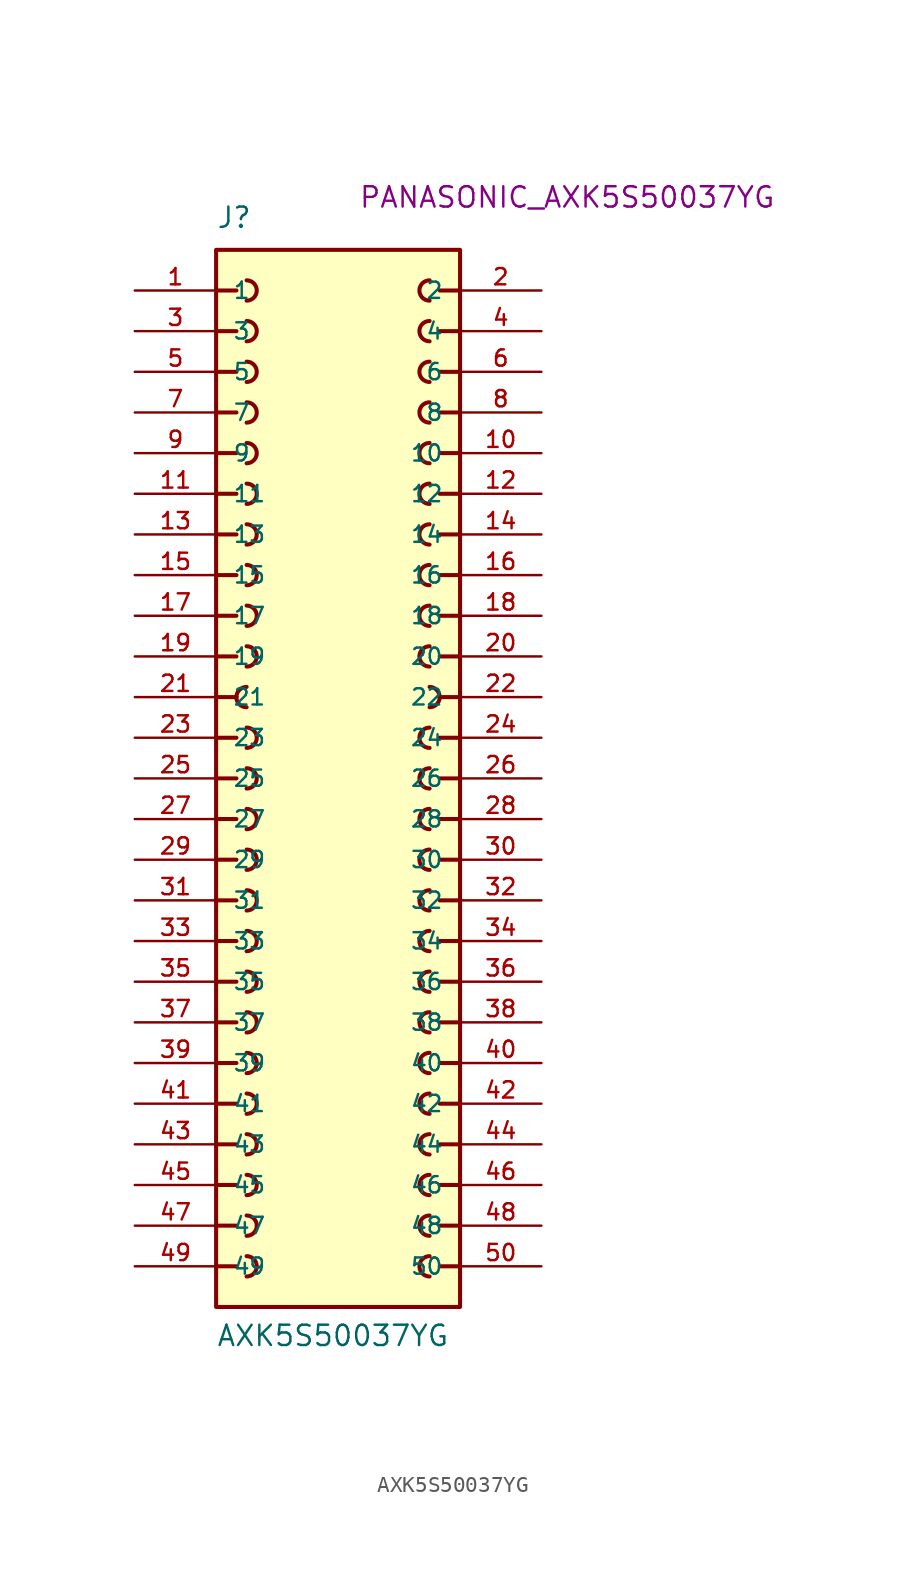
<source format=kicad_sym>
(kicad_symbol_lib
  (version 20241209)
  (generator "kicad_symbol_editor")
  (generator_version "9.0")
  (symbol "AXK5S50037YG"
    (pin_names
      (offset 1.016))
    (property "Reference" "J"
      (at -7.62 34.29 0)
      (effects (font (size 1.27 1.27)) (justify left bottom)))
    (property "Value" "AXK5S50037YG"
      (at -7.62 -35.56 0)
      (effects (font (size 1.27 1.27)) (justify left bottom)))
    (property "Footprint" "PANASONIC_AXK5S50037YG"
      (at 1.27 35.56 0)
      (effects (font (size 1.27 1.27)) (justify left bottom)))
    (symbol "AXK5S50037YG_0_0"
      (polyline (pts (xy -7.62 30.48) (xy -6.35 30.48)) (stroke (width 0.254) (type solid)) (fill (type none)))
      (polyline (pts (xy -7.62 27.94) (xy -6.35 27.94)) (stroke (width 0.254) (type solid)) (fill (type none)))
      (polyline (pts (xy -7.62 25.4) (xy -6.35 25.4)) (stroke (width 0.254) (type solid)) (fill (type none)))
      (polyline (pts (xy -7.62 22.86) (xy -6.35 22.86)) (stroke (width 0.254) (type solid)) (fill (type none)))
      (polyline (pts (xy -7.62 20.32) (xy -6.35 20.32)) (stroke (width 0.254) (type solid)) (fill (type none)))
      (polyline (pts (xy -7.62 17.78) (xy -6.35 17.78)) (stroke (width 0.254) (type solid)) (fill (type none)))
      (polyline (pts (xy -7.62 15.24) (xy -6.35 15.24)) (stroke (width 0.254) (type solid)) (fill (type none)))
      (polyline (pts (xy -7.62 12.7) (xy -6.35 12.7)) (stroke (width 0.254) (type solid)) (fill (type none)))
      (polyline (pts (xy -7.62 10.16) (xy -6.35 10.16)) (stroke (width 0.254) (type solid)) (fill (type none)))
      (polyline (pts (xy -7.62 7.62) (xy -6.35 7.62)) (stroke (width 0.254) (type solid)) (fill (type none)))
      (polyline (pts (xy -7.62 5.08) (xy -6.35 5.08)) (stroke (width 0.254) (type solid)) (fill (type none)))
      (polyline (pts (xy -7.62 2.54) (xy -6.35 2.54)) (stroke (width 0.254) (type solid)) (fill (type none)))
      (polyline (pts (xy -7.62 0) (xy -6.35 0)) (stroke (width 0.254) (type solid)) (fill (type none)))
      (polyline (pts (xy -7.62 -2.54) (xy -6.35 -2.54)) (stroke (width 0.254) (type solid)) (fill (type none)))
      (polyline (pts (xy -7.62 -5.08) (xy -6.35 -5.08)) (stroke (width 0.254) (type solid)) (fill (type none)))
      (polyline (pts (xy -7.62 -7.62) (xy -6.35 -7.62)) (stroke (width 0.254) (type solid)) (fill (type none)))
      (polyline (pts (xy -7.62 -10.16) (xy -6.35 -10.16)) (stroke (width 0.254) (type solid)) (fill (type none)))
      (polyline (pts (xy -7.62 -12.7) (xy -6.35 -12.7)) (stroke (width 0.254) (type solid)) (fill (type none)))
      (polyline (pts (xy -7.62 -15.24) (xy -6.35 -15.24)) (stroke (width 0.254) (type solid)) (fill (type none)))
      (polyline (pts (xy -7.62 -17.78) (xy -6.35 -17.78)) (stroke (width 0.254) (type solid)) (fill (type none)))
      (polyline (pts (xy -7.62 -20.32) (xy -6.35 -20.32)) (stroke (width 0.254) (type solid)) (fill (type none)))
      (polyline (pts (xy -7.62 -22.86) (xy -6.35 -22.86)) (stroke (width 0.254) (type solid)) (fill (type none)))
      (polyline (pts (xy -7.62 -25.4) (xy -6.35 -25.4)) (stroke (width 0.254) (type solid)) (fill (type none)))
      (polyline (pts (xy -7.62 -27.94) (xy -6.35 -27.94)) (stroke (width 0.254) (type solid)) (fill (type none)))
      (polyline (pts (xy -7.62 -30.48) (xy -6.35 -30.48)) (stroke (width 0.254) (type solid)) (fill (type none)))
      (rectangle (start -7.62 -33.02) (end 7.62 33.02) (stroke (width 0.254) (type solid)) (fill (type background)))
      (arc (start -5.715 31.115) (mid -5.0827 30.48) (end -5.715 29.845) (stroke (width 0.254) (type solid)) (fill (type none)))
      (arc (start -5.715 28.575) (mid -5.0827 27.94) (end -5.715 27.305) (stroke (width 0.254) (type solid)) (fill (type none)))
      (arc (start -5.715 26.035) (mid -5.0827 25.4) (end -5.715 24.765) (stroke (width 0.254) (type solid)) (fill (type none)))
      (arc (start -5.715 23.495) (mid -5.0827 22.86) (end -5.715 22.225) (stroke (width 0.254) (type solid)) (fill (type none)))
      (arc (start -5.715 20.955) (mid -5.0827 20.32) (end -5.715 19.685) (stroke (width 0.254) (type solid)) (fill (type none)))
      (arc (start -5.715 18.415) (mid -5.0827 17.78) (end -5.715 17.145) (stroke (width 0.254) (type solid)) (fill (type none)))
      (arc (start -5.715 15.875) (mid -5.0827 15.24) (end -5.715 14.605) (stroke (width 0.254) (type solid)) (fill (type none)))
      (arc (start -5.715 13.335) (mid -5.0827 12.7) (end -5.715 12.065) (stroke (width 0.254) (type solid)) (fill (type none)))
      (arc (start -5.715 10.795) (mid -5.0827 10.16) (end -5.715 9.525) (stroke (width 0.254) (type solid)) (fill (type none)))
      (arc (start -5.715 8.255) (mid -5.0827 7.62) (end -5.715 6.985) (stroke (width 0.254) (type solid)) (fill (type none)))
      (arc (start -5.715 3.175) (mid -5.0827 2.54) (end -5.715 1.905) (stroke (width 0.254) (type solid)) (fill (type none)))
      (arc (start -5.715 0.635) (mid -5.0827 0) (end -5.715 -0.635) (stroke (width 0.254) (type solid)) (fill (type none)))
      (arc (start -5.715 -1.905) (mid -5.0827 -2.54) (end -5.715 -3.175) (stroke (width 0.254) (type solid)) (fill (type none)))
      (arc (start -5.715 -4.445) (mid -5.0827 -5.08) (end -5.715 -5.715) (stroke (width 0.254) (type solid)) (fill (type none)))
      (arc (start -5.715 -6.985) (mid -5.0827 -7.62) (end -5.715 -8.255) (stroke (width 0.254) (type solid)) (fill (type none)))
      (arc (start -5.715 -9.525) (mid -5.0827 -10.16) (end -5.715 -10.795) (stroke (width 0.254) (type solid)) (fill (type none)))
      (arc (start -5.715 -12.065) (mid -5.0827 -12.7) (end -5.715 -13.335) (stroke (width 0.254) (type solid)) (fill (type none)))
      (arc (start -5.715 -14.605) (mid -5.0827 -15.24) (end -5.715 -15.875) (stroke (width 0.254) (type solid)) (fill (type none)))
      (arc (start -5.715 -17.145) (mid -5.0827 -17.78) (end -5.715 -18.415) (stroke (width 0.254) (type solid)) (fill (type none)))
      (arc (start -5.715 -19.685) (mid -5.0827 -20.32) (end -5.715 -20.955) (stroke (width 0.254) (type solid)) (fill (type none)))
      (arc (start -5.715 -22.225) (mid -5.0827 -22.86) (end -5.715 -23.495) (stroke (width 0.254) (type solid)) (fill (type none)))
      (arc (start -5.715 -24.765) (mid -5.0827 -25.4) (end -5.715 -26.035) (stroke (width 0.254) (type solid)) (fill (type none)))
      (arc (start -5.715 -27.305) (mid -5.0827 -27.94) (end -5.715 -28.575) (stroke (width 0.254) (type solid)) (fill (type none)))
      (arc (start -5.715 -29.845) (mid -5.0827 -30.48) (end -5.715 -31.115) (stroke (width 0.254) (type solid)) (fill (type none)))
      (arc (start -6.35 5.08) (mid -6.164 5.529) (end -5.715 5.715) (stroke (width 0.254) (type solid)) (fill (type none)))
      (arc (start -5.715 4.445) (mid -6.164 4.631) (end -6.35 5.08) (stroke (width 0.254) (type solid)) (fill (type none)))
      (arc (start 5.715 5.715) (mid 6.164 5.529) (end 6.35 5.08) (stroke (width 0.254) (type solid)) (fill (type none)))
      (arc (start 6.35 5.08) (mid 6.164 4.631) (end 5.715 4.445) (stroke (width 0.254) (type solid)) (fill (type none)))
      (arc (start 5.715 29.845) (mid 5.083 30.48) (end 5.715 31.115) (stroke (width 0.254) (type solid)) (fill (type none)))
      (arc (start 5.715 27.305) (mid 5.083 27.94) (end 5.715 28.575) (stroke (width 0.254) (type solid)) (fill (type none)))
      (arc (start 5.715 24.765) (mid 5.083 25.4) (end 5.715 26.035) (stroke (width 0.254) (type solid)) (fill (type none)))
      (arc (start 5.715 22.225) (mid 5.083 22.86) (end 5.715 23.495) (stroke (width 0.254) (type solid)) (fill (type none)))
      (arc (start 5.715 19.685) (mid 5.083 20.32) (end 5.715 20.955) (stroke (width 0.254) (type solid)) (fill (type none)))
      (arc (start 5.715 17.145) (mid 5.083 17.78) (end 5.715 18.415) (stroke (width 0.254) (type solid)) (fill (type none)))
      (arc (start 5.715 14.605) (mid 5.083 15.24) (end 5.715 15.875) (stroke (width 0.254) (type solid)) (fill (type none)))
      (arc (start 5.715 12.065) (mid 5.083 12.7) (end 5.715 13.335) (stroke (width 0.254) (type solid)) (fill (type none)))
      (arc (start 5.715 9.525) (mid 5.083 10.16) (end 5.715 10.795) (stroke (width 0.254) (type solid)) (fill (type none)))
      (arc (start 5.715 6.985) (mid 5.083 7.62) (end 5.715 8.255) (stroke (width 0.254) (type solid)) (fill (type none)))
      (arc (start 5.715 1.905) (mid 5.083 2.54) (end 5.715 3.175) (stroke (width 0.254) (type solid)) (fill (type none)))
      (arc (start 5.715 -0.635) (mid 5.083 0) (end 5.715 0.635) (stroke (width 0.254) (type solid)) (fill (type none)))
      (arc (start 5.715 -3.175) (mid 5.083 -2.54) (end 5.715 -1.905) (stroke (width 0.254) (type solid)) (fill (type none)))
      (arc (start 5.715 -5.715) (mid 5.083 -5.08) (end 5.715 -4.445) (stroke (width 0.254) (type solid)) (fill (type none)))
      (arc (start 5.715 -8.255) (mid 5.083 -7.62) (end 5.715 -6.985) (stroke (width 0.254) (type solid)) (fill (type none)))
      (arc (start 5.715 -10.795) (mid 5.083 -10.16) (end 5.715 -9.525) (stroke (width 0.254) (type solid)) (fill (type none)))
      (arc (start 5.715 -13.335) (mid 5.083 -12.7) (end 5.715 -12.065) (stroke (width 0.254) (type solid)) (fill (type none)))
      (arc (start 5.715 -15.875) (mid 5.083 -15.24) (end 5.715 -14.605) (stroke (width 0.254) (type solid)) (fill (type none)))
      (arc (start 5.715 -18.415) (mid 5.083 -17.78) (end 5.715 -17.145) (stroke (width 0.254) (type solid)) (fill (type none)))
      (arc (start 5.715 -20.955) (mid 5.083 -20.32) (end 5.715 -19.685) (stroke (width 0.254) (type solid)) (fill (type none)))
      (arc (start 5.715 -23.495) (mid 5.083 -22.86) (end 5.715 -22.225) (stroke (width 0.254) (type solid)) (fill (type none)))
      (arc (start 5.715 -26.035) (mid 5.083 -25.4) (end 5.715 -24.765) (stroke (width 0.254) (type solid)) (fill (type none)))
      (arc (start 5.715 -28.575) (mid 5.083 -27.94) (end 5.715 -27.305) (stroke (width 0.254) (type solid)) (fill (type none)))
      (arc (start 5.715 -31.115) (mid 5.083 -30.48) (end 5.715 -29.845) (stroke (width 0.254) (type solid)) (fill (type none)))
      (polyline (pts (xy 7.62 30.48) (xy 6.35 30.48)) (stroke (width 0.254) (type solid)) (fill (type none)))
      (polyline (pts (xy 7.62 27.94) (xy 6.35 27.94)) (stroke (width 0.254) (type solid)) (fill (type none)))
      (polyline (pts (xy 7.62 25.4) (xy 6.35 25.4)) (stroke (width 0.254) (type solid)) (fill (type none)))
      (polyline (pts (xy 7.62 22.86) (xy 6.35 22.86)) (stroke (width 0.254) (type solid)) (fill (type none)))
      (polyline (pts (xy 7.62 20.32) (xy 6.35 20.32)) (stroke (width 0.254) (type solid)) (fill (type none)))
      (polyline (pts (xy 7.62 17.78) (xy 6.35 17.78)) (stroke (width 0.254) (type solid)) (fill (type none)))
      (polyline (pts (xy 7.62 15.24) (xy 6.35 15.24)) (stroke (width 0.254) (type solid)) (fill (type none)))
      (polyline (pts (xy 7.62 12.7) (xy 6.35 12.7)) (stroke (width 0.254) (type solid)) (fill (type none)))
      (polyline (pts (xy 7.62 10.16) (xy 6.35 10.16)) (stroke (width 0.254) (type solid)) (fill (type none)))
      (polyline (pts (xy 7.62 7.62) (xy 6.35 7.62)) (stroke (width 0.254) (type solid)) (fill (type none)))
      (polyline (pts (xy 7.62 5.08) (xy 6.35 5.08)) (stroke (width 0.254) (type solid)) (fill (type none)))
      (polyline (pts (xy 7.62 2.54) (xy 6.35 2.54)) (stroke (width 0.254) (type solid)) (fill (type none)))
      (polyline (pts (xy 7.62 0) (xy 6.35 0)) (stroke (width 0.254) (type solid)) (fill (type none)))
      (polyline (pts (xy 7.62 -2.54) (xy 6.35 -2.54)) (stroke (width 0.254) (type solid)) (fill (type none)))
      (polyline (pts (xy 7.62 -5.08) (xy 6.35 -5.08)) (stroke (width 0.254) (type solid)) (fill (type none)))
      (polyline (pts (xy 7.62 -7.62) (xy 6.35 -7.62)) (stroke (width 0.254) (type solid)) (fill (type none)))
      (polyline (pts (xy 7.62 -10.16) (xy 6.35 -10.16)) (stroke (width 0.254) (type solid)) (fill (type none)))
      (polyline (pts (xy 7.62 -12.7) (xy 6.35 -12.7)) (stroke (width 0.254) (type solid)) (fill (type none)))
      (polyline (pts (xy 7.62 -15.24) (xy 6.35 -15.24)) (stroke (width 0.254) (type solid)) (fill (type none)))
      (polyline (pts (xy 7.62 -17.78) (xy 6.35 -17.78)) (stroke (width 0.254) (type solid)) (fill (type none)))
      (polyline (pts (xy 7.62 -20.32) (xy 6.35 -20.32)) (stroke (width 0.254) (type solid)) (fill (type none)))
      (polyline (pts (xy 7.62 -22.86) (xy 6.35 -22.86)) (stroke (width 0.254) (type solid)) (fill (type none)))
      (polyline (pts (xy 7.62 -25.4) (xy 6.35 -25.4)) (stroke (width 0.254) (type solid)) (fill (type none)))
      (polyline (pts (xy 7.62 -27.94) (xy 6.35 -27.94)) (stroke (width 0.254) (type solid)) (fill (type none)))
      (polyline (pts (xy 7.62 -30.48) (xy 6.35 -30.48)) (stroke (width 0.254) (type solid)) (fill (type none)))
      (pin passive line (at -12.7 30.48 0) (length 5.08) (name "1" (effects (font (size 1.016 1.016)))) (number "1" (effects (font (size 1.016 1.016)))))
      (pin passive line (at -12.7 27.94 0) (length 5.08) (name "3" (effects (font (size 1.016 1.016)))) (number "3" (effects (font (size 1.016 1.016)))))
      (pin passive line (at -12.7 25.4 0) (length 5.08) (name "5" (effects (font (size 1.016 1.016)))) (number "5" (effects (font (size 1.016 1.016)))))
      (pin passive line (at -12.7 22.86 0) (length 5.08) (name "7" (effects (font (size 1.016 1.016)))) (number "7" (effects (font (size 1.016 1.016)))))
      (pin passive line (at -12.7 20.32 0) (length 5.08) (name "9" (effects (font (size 1.016 1.016)))) (number "9" (effects (font (size 1.016 1.016)))))
      (pin passive line (at -12.7 17.78 0) (length 5.08) (name "11" (effects (font (size 1.016 1.016)))) (number "11" (effects (font (size 1.016 1.016)))))
      (pin passive line (at -12.7 15.24 0) (length 5.08) (name "13" (effects (font (size 1.016 1.016)))) (number "13" (effects (font (size 1.016 1.016)))))
      (pin passive line (at -12.7 12.7 0) (length 5.08) (name "15" (effects (font (size 1.016 1.016)))) (number "15" (effects (font (size 1.016 1.016)))))
      (pin passive line (at -12.7 10.16 0) (length 5.08) (name "17" (effects (font (size 1.016 1.016)))) (number "17" (effects (font (size 1.016 1.016)))))
      (pin passive line (at -12.7 7.62 0) (length 5.08) (name "19" (effects (font (size 1.016 1.016)))) (number "19" (effects (font (size 1.016 1.016)))))
      (pin passive line (at -12.7 5.08 0) (length 5.08) (name "21" (effects (font (size 1.016 1.016)))) (number "21" (effects (font (size 1.016 1.016)))))
      (pin passive line (at -12.7 2.54 0) (length 5.08) (name "23" (effects (font (size 1.016 1.016)))) (number "23" (effects (font (size 1.016 1.016)))))
      (pin passive line (at -12.7 0 0) (length 5.08) (name "25" (effects (font (size 1.016 1.016)))) (number "25" (effects (font (size 1.016 1.016)))))
      (pin passive line (at -12.7 -2.54 0) (length 5.08) (name "27" (effects (font (size 1.016 1.016)))) (number "27" (effects (font (size 1.016 1.016)))))
      (pin passive line (at -12.7 -5.08 0) (length 5.08) (name "29" (effects (font (size 1.016 1.016)))) (number "29" (effects (font (size 1.016 1.016)))))
      (pin passive line (at -12.7 -7.62 0) (length 5.08) (name "31" (effects (font (size 1.016 1.016)))) (number "31" (effects (font (size 1.016 1.016)))))
      (pin passive line (at -12.7 -10.16 0) (length 5.08) (name "33" (effects (font (size 1.016 1.016)))) (number "33" (effects (font (size 1.016 1.016)))))
      (pin passive line (at -12.7 -12.7 0) (length 5.08) (name "35" (effects (font (size 1.016 1.016)))) (number "35" (effects (font (size 1.016 1.016)))))
      (pin passive line (at -12.7 -15.24 0) (length 5.08) (name "37" (effects (font (size 1.016 1.016)))) (number "37" (effects (font (size 1.016 1.016)))))
      (pin passive line (at -12.7 -17.78 0) (length 5.08) (name "39" (effects (font (size 1.016 1.016)))) (number "39" (effects (font (size 1.016 1.016)))))
      (pin passive line (at -12.7 -20.32 0) (length 5.08) (name "41" (effects (font (size 1.016 1.016)))) (number "41" (effects (font (size 1.016 1.016)))))
      (pin passive line (at -12.7 -22.86 0) (length 5.08) (name "43" (effects (font (size 1.016 1.016)))) (number "43" (effects (font (size 1.016 1.016)))))
      (pin passive line (at -12.7 -25.4 0) (length 5.08) (name "45" (effects (font (size 1.016 1.016)))) (number "45" (effects (font (size 1.016 1.016)))))
      (pin passive line (at -12.7 -27.94 0) (length 5.08) (name "47" (effects (font (size 1.016 1.016)))) (number "47" (effects (font (size 1.016 1.016)))))
      (pin passive line (at -12.7 -30.48 0) (length 5.08) (name "49" (effects (font (size 1.016 1.016)))) (number "49" (effects (font (size 1.016 1.016)))))
      (pin passive line (at 12.7 30.48 180) (length 5.08) (name "2" (effects (font (size 1.016 1.016)))) (number "2" (effects (font (size 1.016 1.016)))))
      (pin passive line (at 12.7 27.94 180) (length 5.08) (name "4" (effects (font (size 1.016 1.016)))) (number "4" (effects (font (size 1.016 1.016)))))
      (pin passive line (at 12.7 25.4 180) (length 5.08) (name "6" (effects (font (size 1.016 1.016)))) (number "6" (effects (font (size 1.016 1.016)))))
      (pin passive line (at 12.7 22.86 180) (length 5.08) (name "8" (effects (font (size 1.016 1.016)))) (number "8" (effects (font (size 1.016 1.016)))))
      (pin passive line (at 12.7 20.32 180) (length 5.08) (name "10" (effects (font (size 1.016 1.016)))) (number "10" (effects (font (size 1.016 1.016)))))
      (pin passive line (at 12.7 17.78 180) (length 5.08) (name "12" (effects (font (size 1.016 1.016)))) (number "12" (effects (font (size 1.016 1.016)))))
      (pin passive line (at 12.7 15.24 180) (length 5.08) (name "14" (effects (font (size 1.016 1.016)))) (number "14" (effects (font (size 1.016 1.016)))))
      (pin passive line (at 12.7 12.7 180) (length 5.08) (name "16" (effects (font (size 1.016 1.016)))) (number "16" (effects (font (size 1.016 1.016)))))
      (pin passive line (at 12.7 10.16 180) (length 5.08) (name "18" (effects (font (size 1.016 1.016)))) (number "18" (effects (font (size 1.016 1.016)))))
      (pin passive line (at 12.7 7.62 180) (length 5.08) (name "20" (effects (font (size 1.016 1.016)))) (number "20" (effects (font (size 1.016 1.016)))))
      (pin passive line (at 12.7 5.08 180) (length 5.08) (name "22" (effects (font (size 1.016 1.016)))) (number "22" (effects (font (size 1.016 1.016)))))
      (pin passive line (at 12.7 2.54 180) (length 5.08) (name "24" (effects (font (size 1.016 1.016)))) (number "24" (effects (font (size 1.016 1.016)))))
      (pin passive line (at 12.7 0 180) (length 5.08) (name "26" (effects (font (size 1.016 1.016)))) (number "26" (effects (font (size 1.016 1.016)))))
      (pin passive line (at 12.7 -2.54 180) (length 5.08) (name "28" (effects (font (size 1.016 1.016)))) (number "28" (effects (font (size 1.016 1.016)))))
      (pin passive line (at 12.7 -5.08 180) (length 5.08) (name "30" (effects (font (size 1.016 1.016)))) (number "30" (effects (font (size 1.016 1.016)))))
      (pin passive line (at 12.7 -7.62 180) (length 5.08) (name "32" (effects (font (size 1.016 1.016)))) (number "32" (effects (font (size 1.016 1.016)))))
      (pin passive line (at 12.7 -10.16 180) (length 5.08) (name "34" (effects (font (size 1.016 1.016)))) (number "34" (effects (font (size 1.016 1.016)))))
      (pin passive line (at 12.7 -12.7 180) (length 5.08) (name "36" (effects (font (size 1.016 1.016)))) (number "36" (effects (font (size 1.016 1.016)))))
      (pin passive line (at 12.7 -15.24 180) (length 5.08) (name "38" (effects (font (size 1.016 1.016)))) (number "38" (effects (font (size 1.016 1.016)))))
      (pin passive line (at 12.7 -17.78 180) (length 5.08) (name "40" (effects (font (size 1.016 1.016)))) (number "40" (effects (font (size 1.016 1.016)))))
      (pin passive line (at 12.7 -20.32 180) (length 5.08) (name "42" (effects (font (size 1.016 1.016)))) (number "42" (effects (font (size 1.016 1.016)))))
      (pin passive line (at 12.7 -22.86 180) (length 5.08) (name "44" (effects (font (size 1.016 1.016)))) (number "44" (effects (font (size 1.016 1.016)))))
      (pin passive line (at 12.7 -25.4 180) (length 5.08) (name "46" (effects (font (size 1.016 1.016)))) (number "46" (effects (font (size 1.016 1.016)))))
      (pin passive line (at 12.7 -27.94 180) (length 5.08) (name "48" (effects (font (size 1.016 1.016)))) (number "48" (effects (font (size 1.016 1.016)))))
      (pin passive line (at 12.7 -30.48 180) (length 5.08) (name "50" (effects (font (size 1.016 1.016)))) (number "50" (effects (font (size 1.016 1.016))))))))
</source>
